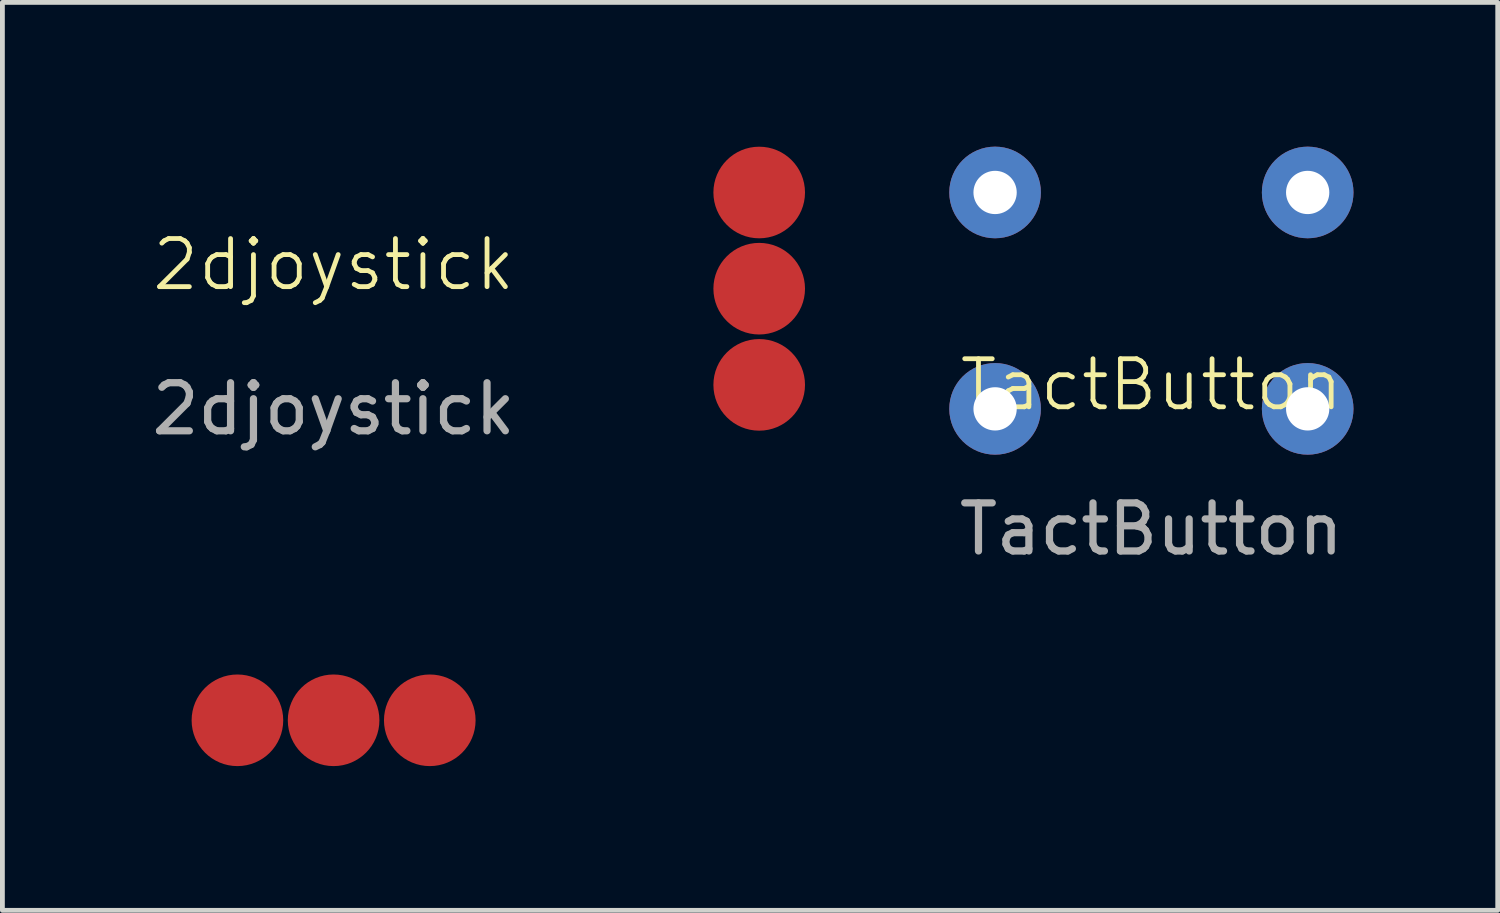
<source format=kicad_pcb>
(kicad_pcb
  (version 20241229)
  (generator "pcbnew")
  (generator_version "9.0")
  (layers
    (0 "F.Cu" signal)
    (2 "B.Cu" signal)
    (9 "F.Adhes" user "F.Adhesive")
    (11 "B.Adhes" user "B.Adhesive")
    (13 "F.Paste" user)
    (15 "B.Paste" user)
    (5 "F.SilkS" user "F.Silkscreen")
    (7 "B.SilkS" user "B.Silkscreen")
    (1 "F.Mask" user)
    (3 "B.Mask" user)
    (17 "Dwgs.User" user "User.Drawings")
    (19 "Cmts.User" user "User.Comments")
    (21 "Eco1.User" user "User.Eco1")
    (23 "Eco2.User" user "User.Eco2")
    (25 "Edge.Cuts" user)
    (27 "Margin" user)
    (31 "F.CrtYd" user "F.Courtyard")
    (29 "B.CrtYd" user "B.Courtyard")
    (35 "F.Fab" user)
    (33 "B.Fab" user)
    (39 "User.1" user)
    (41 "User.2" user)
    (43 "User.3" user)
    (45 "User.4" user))
  (footprint "TactButton"
    (layer "F.Cu")
    (at 20.892 5.452)
    (property "Reference" "TactButton" (at 0 -0.5 0) (unlocked yes) (layer "F.SilkS") (effects (font (size 1 1) (thickness 0.1))))
    (attr smd)
    (fp_text user "${REFERENCE}" (at 0 2.5 0) (unlocked yes) (layer "F.Fab") (effects (font (size 1 1) (thickness 0.15))))
    (pad "1" thru_hole circle (at -3.25 -4.5) (size 1.905 1.905) (drill 0.9) (layers "*.Cu" "*.Mask"))
    (pad "1" thru_hole circle (at -3.25 0) (size 1.905 1.905) (drill 0.9) (layers "*.Cu" "*.Mask"))
    (pad "1" thru_hole circle (at 3.25 -4.5) (size 1.905 1.905) (drill 0.9) (layers "*.Cu" "*.Mask"))
    (pad "1" thru_hole circle (at 3.25 0) (size 1.905 1.905) (drill 0.9) (layers "*.Cu" "*.Mask")))
  (footprint "2djoystick"
    (layer "F.Cu")
    (at 3.887 2.953)
    (property "Reference" "2djoystick" (at 0 -0.5 0) (unlocked yes) (layer "F.SilkS") (effects (font (size 1 1) (thickness 0.1))))
    (attr smd)
    (fp_text user "${REFERENCE}" (at 0 2.5 0) (unlocked yes) (layer "F.Fab") (effects (font (size 1 1) (thickness 0.15))))
    (pad "1" smd circle (at 8.85 0) (size 1.905 1.905) (layers "F.Cu" "F.Mask" "F.Paste"))
    (pad "2" smd circle (at 8.85 -2) (size 1.905 1.905) (layers "F.Cu" "F.Mask" "F.Paste"))
    (pad "3" smd circle (at 8.85 2) (size 1.905 1.905) (layers "F.Cu" "F.Mask" "F.Paste"))
    (pad "4" smd circle (at 0 8.975) (size 1.905 1.905) (layers "F.Cu" "F.Mask" "F.Paste"))
    (pad "5" smd circle (at 2 8.975) (size 1.905 1.905) (layers "F.Cu" "F.Mask" "F.Paste"))
    (pad "6" smd circle (at -2 8.975) (size 1.905 1.905) (layers "F.Cu" "F.Mask" "F.Paste")))
  (gr_rect
    (start -3 -3)
    (end 28.094 15.88)
    (stroke (width 0.1) (type default))
    (fill no)
    (layer "Edge.Cuts")))
</source>
